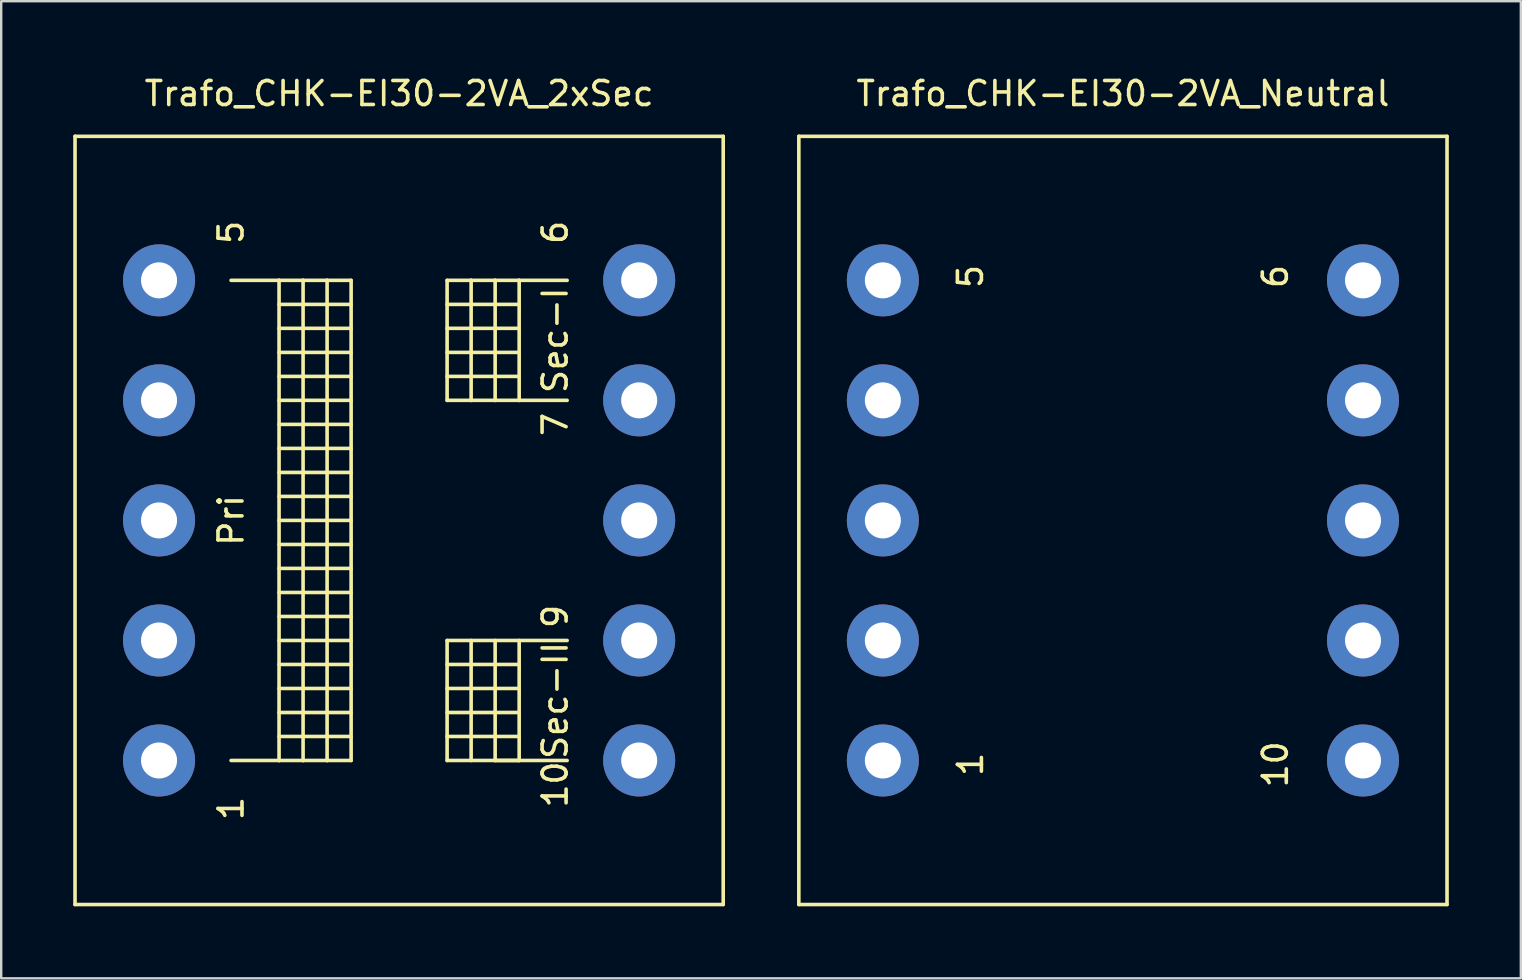
<source format=kicad_pcb>
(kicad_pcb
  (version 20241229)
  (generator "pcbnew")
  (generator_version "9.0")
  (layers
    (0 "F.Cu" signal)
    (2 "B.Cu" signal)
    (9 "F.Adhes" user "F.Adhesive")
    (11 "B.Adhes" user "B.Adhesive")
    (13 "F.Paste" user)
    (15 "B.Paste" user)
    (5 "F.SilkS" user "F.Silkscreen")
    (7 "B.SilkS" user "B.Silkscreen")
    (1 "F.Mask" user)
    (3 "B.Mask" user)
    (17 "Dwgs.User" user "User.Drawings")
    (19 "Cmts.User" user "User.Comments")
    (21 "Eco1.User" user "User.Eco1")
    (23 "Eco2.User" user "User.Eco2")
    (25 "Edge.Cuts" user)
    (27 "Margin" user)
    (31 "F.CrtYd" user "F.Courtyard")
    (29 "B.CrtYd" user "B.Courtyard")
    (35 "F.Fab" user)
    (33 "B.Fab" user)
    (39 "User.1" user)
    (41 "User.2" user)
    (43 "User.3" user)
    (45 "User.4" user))
  (footprint "Trafo_CHK-EI30-2VA_Neutral"
    (layer "F.Cu")
    (at 43.725 18.628)
    (property "Reference" "Trafo_CHK-EI30-2VA_Neutral" (at 0 -17.78 0) (layer "F.SilkS") (effects (font (size 1 1) (thickness 0.15))))
    (attr through_hole)
    (fp_line (start -13.5 -15.999) (end -13.5 15.999) (stroke (width 0.15) (type solid)) (layer "F.SilkS"))
    (fp_line (start -13.5 15.999) (end 13.5 15.999) (stroke (width 0.15) (type solid)) (layer "F.SilkS"))
    (fp_line (start 13.5 -15.999) (end -13.5 -15.999) (stroke (width 0.15) (type solid)) (layer "F.SilkS"))
    (fp_line (start 13.5 15.999) (end 13.5 -15.999) (stroke (width 0.15) (type solid)) (layer "F.SilkS"))
    (fp_text user "1" (at -6.35 10.16 90) (layer "F.SilkS") (effects (font (size 1 1) (thickness 0.15))))
    (fp_text user "6" (at 6.35 -10.16 90) (layer "F.SilkS") (effects (font (size 1 1) (thickness 0.15))))
    (fp_text user "5" (at -6.35 -10.16 90) (layer "F.SilkS") (effects (font (size 1 1) (thickness 0.15))))
    (fp_text user "10" (at 6.35 10.16 90) (layer "F.SilkS") (effects (font (size 1 1) (thickness 0.15))))
    (pad "1" thru_hole circle (at -10 10) (size 3 3) (drill 1.501) (layers "*.Cu" "*.Mask"))
    (pad "2" thru_hole circle (at -10 5.001) (size 3 3) (drill 1.501) (layers "*.Cu" "*.Mask"))
    (pad "3" thru_hole circle (at -10 0) (size 3 3) (drill 1.501) (layers "*.Cu" "*.Mask"))
    (pad "4" thru_hole circle (at -10 -5.001) (size 3 3) (drill 1.501) (layers "*.Cu" "*.Mask"))
    (pad "5" thru_hole circle (at -10 -10) (size 3 3) (drill 1.501) (layers "*.Cu" "*.Mask"))
    (pad "6" thru_hole circle (at 10 -10) (size 3 3) (drill 1.501) (layers "*.Cu" "*.Mask"))
    (pad "7" thru_hole circle (at 10 -5.001) (size 3 3) (drill 1.501) (layers "*.Cu" "*.Mask"))
    (pad "8" thru_hole circle (at 10 0) (size 3 3) (drill 1.501) (layers "*.Cu" "*.Mask"))
    (pad "9" thru_hole circle (at 10 5.001) (size 3 3) (drill 1.501) (layers "*.Cu" "*.Mask"))
    (pad "10" thru_hole circle (at 10 10) (size 3 3) (drill 1.501) (layers "*.Cu" "*.Mask")))
  (footprint "Trafo_CHK-EI30-2VA_2xSec"
    (layer "F.Cu")
    (at 13.575 18.628)
    (property "Reference" "Trafo_CHK-EI30-2VA_2xSec" (at 0 -17.78 0) (layer "F.SilkS") (effects (font (size 1 1) (thickness 0.15))))
    (attr through_hole)
    (fp_line (start -13.5 -15.999) (end -13.5 15.999) (stroke (width 0.15) (type solid)) (layer "F.SilkS"))
    (fp_line (start -13.5 15.999) (end 13.5 15.999) (stroke (width 0.15) (type solid)) (layer "F.SilkS"))
    (fp_line (start -7 -10) (end -5.001 -10) (stroke (width 0.15) (type solid)) (layer "F.SilkS"))
    (fp_line (start -5.001 -10) (end -5.001 10) (stroke (width 0.15) (type solid)) (layer "F.SilkS"))
    (fp_line (start -5.001 -10) (end -4 -10) (stroke (width 0.15) (type solid)) (layer "F.SilkS"))
    (fp_line (start -5.001 -8.999) (end -1.999 -8.999) (stroke (width 0.15) (type solid)) (layer "F.SilkS"))
    (fp_line (start -5.001 -7) (end -1.999 -7) (stroke (width 0.15) (type solid)) (layer "F.SilkS"))
    (fp_line (start -5.001 -5.001) (end -1.999 -5.001) (stroke (width 0.15) (type solid)) (layer "F.SilkS"))
    (fp_line (start -5.001 -3) (end -1.999 -3) (stroke (width 0.15) (type solid)) (layer "F.SilkS"))
    (fp_line (start -5.001 -1.001) (end -1.999 -1.001) (stroke (width 0.15) (type solid)) (layer "F.SilkS"))
    (fp_line (start -5.001 1.001) (end -1.999 1.001) (stroke (width 0.15) (type solid)) (layer "F.SilkS"))
    (fp_line (start -5.001 3) (end -1.999 3) (stroke (width 0.15) (type solid)) (layer "F.SilkS"))
    (fp_line (start -5.001 5.001) (end -1.999 5.001) (stroke (width 0.15) (type solid)) (layer "F.SilkS"))
    (fp_line (start -5.001 7) (end -1.999 7) (stroke (width 0.15) (type solid)) (layer "F.SilkS"))
    (fp_line (start -5.001 8.999) (end -1.999 8.999) (stroke (width 0.15) (type solid)) (layer "F.SilkS"))
    (fp_line (start -5.001 10) (end -7 10) (stroke (width 0.15) (type solid)) (layer "F.SilkS"))
    (fp_line (start -4 -10) (end -4 10) (stroke (width 0.15) (type solid)) (layer "F.SilkS"))
    (fp_line (start -4 -10) (end -3 -10) (stroke (width 0.15) (type solid)) (layer "F.SilkS"))
    (fp_line (start -4 10) (end -5.001 10) (stroke (width 0.15) (type solid)) (layer "F.SilkS"))
    (fp_line (start -3 -10) (end -3 10) (stroke (width 0.15) (type solid)) (layer "F.SilkS"))
    (fp_line (start -3 -10) (end -1.999 -10) (stroke (width 0.15) (type solid)) (layer "F.SilkS"))
    (fp_line (start -3 10) (end -4 10) (stroke (width 0.15) (type solid)) (layer "F.SilkS"))
    (fp_line (start -1.999 -10) (end -1.999 10) (stroke (width 0.15) (type solid)) (layer "F.SilkS"))
    (fp_line (start -1.999 -8.001) (end -5.001 -8.001) (stroke (width 0.15) (type solid)) (layer "F.SilkS"))
    (fp_line (start -1.999 -5.999) (end -5.001 -5.999) (stroke (width 0.15) (type solid)) (layer "F.SilkS"))
    (fp_line (start -1.999 -4) (end -5.001 -4) (stroke (width 0.15) (type solid)) (layer "F.SilkS"))
    (fp_line (start -1.999 -1.999) (end -5.001 -1.999) (stroke (width 0.15) (type solid)) (layer "F.SilkS"))
    (fp_line (start -1.999 0) (end -5.001 0) (stroke (width 0.15) (type solid)) (layer "F.SilkS"))
    (fp_line (start -1.999 1.999) (end -5.001 1.999) (stroke (width 0.15) (type solid)) (layer "F.SilkS"))
    (fp_line (start -1.999 4) (end -5.001 4) (stroke (width 0.15) (type solid)) (layer "F.SilkS"))
    (fp_line (start -1.999 5.999) (end -5.001 5.999) (stroke (width 0.15) (type solid)) (layer "F.SilkS"))
    (fp_line (start -1.999 8.001) (end -5.001 8.001) (stroke (width 0.15) (type solid)) (layer "F.SilkS"))
    (fp_line (start -1.999 10) (end -3 10) (stroke (width 0.15) (type solid)) (layer "F.SilkS"))
    (fp_line (start 1.999 -10) (end 1.999 -5.001) (stroke (width 0.15) (type solid)) (layer "F.SilkS"))
    (fp_line (start 1.999 -8.999) (end 5.001 -8.999) (stroke (width 0.15) (type solid)) (layer "F.SilkS"))
    (fp_line (start 1.999 -7) (end 5.001 -7) (stroke (width 0.15) (type solid)) (layer "F.SilkS"))
    (fp_line (start 1.999 -5.001) (end 3 -5.001) (stroke (width 0.15) (type solid)) (layer "F.SilkS"))
    (fp_line (start 1.999 5.001) (end 1.999 10) (stroke (width 0.15) (type solid)) (layer "F.SilkS"))
    (fp_line (start 1.999 5.999) (end 5.001 5.999) (stroke (width 0.15) (type solid)) (layer "F.SilkS"))
    (fp_line (start 1.999 8.001) (end 5.001 8.001) (stroke (width 0.15) (type solid)) (layer "F.SilkS"))
    (fp_line (start 1.999 10) (end 7 10) (stroke (width 0.15) (type solid)) (layer "F.SilkS"))
    (fp_line (start 3 -10) (end 1.999 -10) (stroke (width 0.15) (type solid)) (layer "F.SilkS"))
    (fp_line (start 3 -10) (end 3 -5.001) (stroke (width 0.15) (type solid)) (layer "F.SilkS"))
    (fp_line (start 3 -5.001) (end 4 -5.001) (stroke (width 0.15) (type solid)) (layer "F.SilkS"))
    (fp_line (start 3 5.001) (end 3 10) (stroke (width 0.15) (type solid)) (layer "F.SilkS"))
    (fp_line (start 4 -10) (end 3 -10) (stroke (width 0.15) (type solid)) (layer "F.SilkS"))
    (fp_line (start 4 -10) (end 4 -5.001) (stroke (width 0.15) (type solid)) (layer "F.SilkS"))
    (fp_line (start 4 -5.001) (end 5.001 -5.001) (stroke (width 0.15) (type solid)) (layer "F.SilkS"))
    (fp_line (start 4 10) (end 4 5.001) (stroke (width 0.15) (type solid)) (layer "F.SilkS"))
    (fp_line (start 5.001 -10) (end 4 -10) (stroke (width 0.15) (type solid)) (layer "F.SilkS"))
    (fp_line (start 5.001 -10) (end 5.001 -5.001) (stroke (width 0.15) (type solid)) (layer "F.SilkS"))
    (fp_line (start 5.001 -8.001) (end 1.999 -8.001) (stroke (width 0.15) (type solid)) (layer "F.SilkS"))
    (fp_line (start 5.001 -5.999) (end 1.999 -5.999) (stroke (width 0.15) (type solid)) (layer "F.SilkS"))
    (fp_line (start 5.001 -5.001) (end 7 -5.001) (stroke (width 0.15) (type solid)) (layer "F.SilkS"))
    (fp_line (start 5.001 5.001) (end 5.001 10) (stroke (width 0.15) (type solid)) (layer "F.SilkS"))
    (fp_line (start 5.001 7) (end 1.999 7) (stroke (width 0.15) (type solid)) (layer "F.SilkS"))
    (fp_line (start 5.001 8.999) (end 1.999 8.999) (stroke (width 0.15) (type solid)) (layer "F.SilkS"))
    (fp_line (start 5.001 10) (end 4 10) (stroke (width 0.15) (type solid)) (layer "F.SilkS"))
    (fp_line (start 7 -10) (end 5.001 -10) (stroke (width 0.15) (type solid)) (layer "F.SilkS"))
    (fp_line (start 7 5.001) (end 1.999 5.001) (stroke (width 0.15) (type solid)) (layer "F.SilkS"))
    (fp_line (start 13.5 -15.999) (end -13.5 -15.999) (stroke (width 0.15) (type solid)) (layer "F.SilkS"))
    (fp_line (start 13.5 15.999) (end 13.5 -15.999) (stroke (width 0.15) (type solid)) (layer "F.SilkS"))
    (fp_text user "10" (at 6.5 11.001 90) (layer "F.SilkS") (effects (font (size 1 1) (thickness 0.15))))
    (fp_text user "9" (at 6.5 4 90) (layer "F.SilkS") (effects (font (size 1 1) (thickness 0.15))))
    (fp_text user "Pri" (at -7 0 90) (layer "F.SilkS") (effects (font (size 1 1) (thickness 0.15))))
    (fp_text user "1" (at -7 11.999 90) (layer "F.SilkS") (effects (font (size 1 1) (thickness 0.15))))
    (fp_text user "7" (at 6.5 -4 90) (layer "F.SilkS") (effects (font (size 1 1) (thickness 0.15))))
    (fp_text user "Sec-II" (at 6.5 7.501 90) (layer "F.SilkS") (effects (font (size 1 1) (thickness 0.15))))
    (fp_text user "6" (at 6.5 -11.999 90) (layer "F.SilkS") (effects (font (size 1 1) (thickness 0.15))))
    (fp_text user "Sec-I" (at 6.5 -7.501 90) (layer "F.SilkS") (effects (font (size 1 1) (thickness 0.15))))
    (fp_text user "5" (at -7 -11.999 90) (layer "F.SilkS") (effects (font (size 1 1) (thickness 0.15))))
    (pad "1" thru_hole circle (at -10 10) (size 3 3) (drill 1.501) (layers "*.Cu" "*.Mask"))
    (pad "2" thru_hole circle (at -10 5.001) (size 3 3) (drill 1.501) (layers "*.Cu" "*.Mask"))
    (pad "3" thru_hole circle (at -10 0) (size 3 3) (drill 1.501) (layers "*.Cu" "*.Mask"))
    (pad "4" thru_hole circle (at -10 -5.001) (size 3 3) (drill 1.501) (layers "*.Cu" "*.Mask"))
    (pad "5" thru_hole circle (at -10 -10) (size 3 3) (drill 1.501) (layers "*.Cu" "*.Mask"))
    (pad "6" thru_hole circle (at 10 -10) (size 3 3) (drill 1.501) (layers "*.Cu" "*.Mask"))
    (pad "7" thru_hole circle (at 10 -5.001) (size 3 3) (drill 1.501) (layers "*.Cu" "*.Mask"))
    (pad "8" thru_hole circle (at 10 0) (size 3 3) (drill 1.501) (layers "*.Cu" "*.Mask"))
    (pad "9" thru_hole circle (at 10 5.001) (size 3 3) (drill 1.501) (layers "*.Cu" "*.Mask"))
    (pad "10" thru_hole circle (at 10 10) (size 3 3) (drill 1.501) (layers "*.Cu" "*.Mask")))
  (gr_rect
    (start -3 -3)
    (end 60.3 37.703)
    (stroke (width 0.1) (type default))
    (fill no)
    (layer "Edge.Cuts")))
</source>
